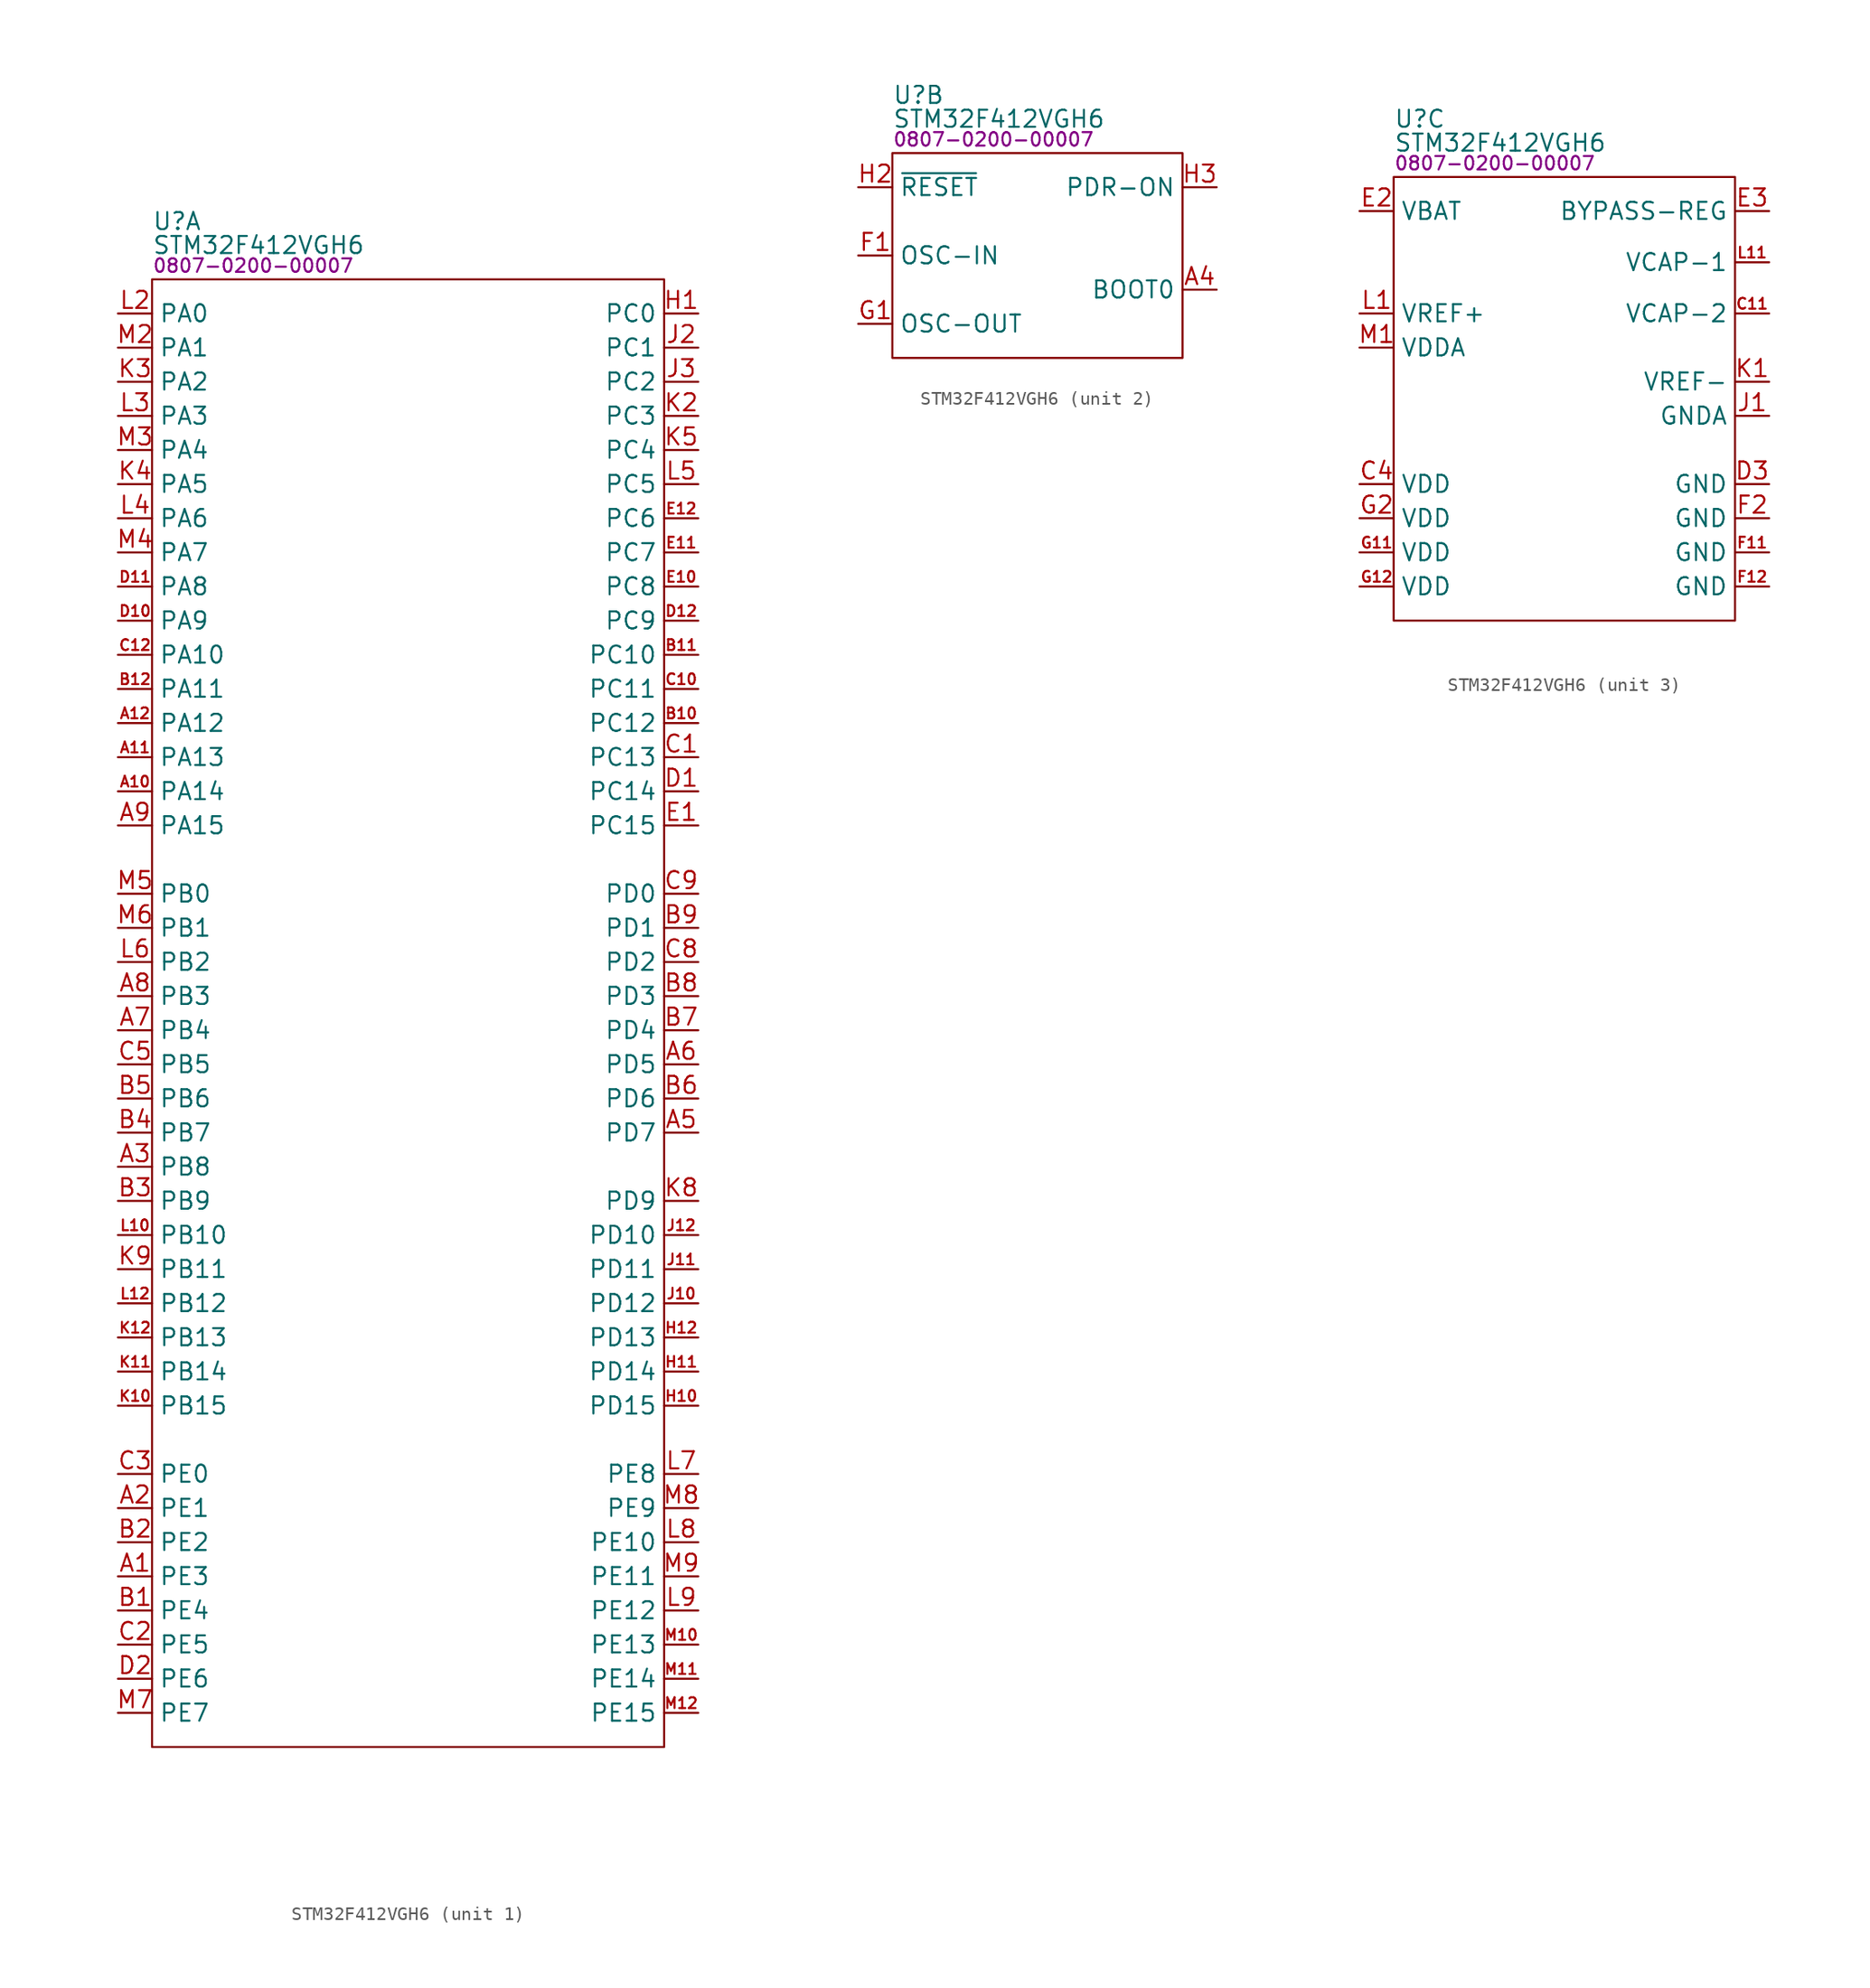
<source format=kicad_sym>
(kicad_symbol_lib
  (version 20231120)
  (generator "kicad_symbol_editor")
  (generator_version "8.0")
  (symbol "STM32F412VGH6"
    (property "Reference" "U"
      (at 0 4.318 0)
      (effects (font (size 1.27 1.27)) (justify left)))
    (property "Value" "STM32F412VGH6"
      (at 0 2.54 0)
      (effects (font (size 1.27 1.27)) (justify left)))
    (property "PartNumber" "0807-0200-00007"
      (at 0 1.016 0)
      (effects (font (size 1 1)) (justify left)))
    (property "ki_locked" ""
      (at 0 0 0)
      (effects (font (size 1.27 1.27))))
    (symbol "STM32F412VGH6_1_0"
      (pin bidirectional line (at -2.54 -96.52 0) (length 2.54) (name "PE3" (effects (font (size 1.27 1.27)))) (number "A1" (effects (font (size 1.27 1.27)))) (alternate "FSMC-A19" bidirectional line) (alternate "TRACED0" bidirectional line))
      (pin bidirectional line (at -2.54 -38.1 0) (length 2.54) (name "PA14" (effects (font (size 1.27 1.27)))) (number "A10" (effects (font (size 0.8 0.8)))) (alternate "JTCK" bidirectional line) (alternate "SWCLK" bidirectional line))
      (pin bidirectional line (at -2.54 -35.56 0) (length 2.54) (name "PA13" (effects (font (size 1.27 1.27)))) (number "A11" (effects (font (size 0.8 0.8)))) (alternate "JTMS" bidirectional line) (alternate "SWDIO" bidirectional line))
      (pin bidirectional line (at -2.54 -33.02 0) (length 2.54) (name "PA12" (effects (font (size 1.27 1.27)))) (number "A12" (effects (font (size 0.8 0.8)))) (alternate "CAN1-TX" output line) (alternate "SPI5-MISO" input line) (alternate "TIM1-ETR" bidirectional line) (alternate "USART1-RTS" bidirectional line) (alternate "USART6-RX" input line) (alternate "USB-FS-D+" bidirectional line))
      (pin bidirectional line (at -2.54 -91.44 0) (length 2.54) (name "PE1" (effects (font (size 1.27 1.27)))) (number "A2" (effects (font (size 1.27 1.27)))) (alternate "FSMC-~{BL1}" bidirectional line))
      (pin bidirectional line (at -2.54 -66.04 0) (length 2.54) (name "PB8" (effects (font (size 1.27 1.27)))) (number "A3" (effects (font (size 1.27 1.27)))) (alternate "CAN1-RX" input line) (alternate "I2C1-SCL" output line) (alternate "I2C3-SDA" bidirectional line) (alternate "I2S5-SD" bidirectional line) (alternate "SDIO-D4" bidirectional line) (alternate "SPI5-MOSI" output line) (alternate "TIM10-CH1" bidirectional line) (alternate "TIM4-CH3" bidirectional line))
      (pin bidirectional line (at 40.64 -63.5 180) (length 2.54) (name "PD7" (effects (font (size 1.27 1.27)))) (number "A5" (effects (font (size 1.27 1.27)))) (alternate "DFSDM1-CKIN1" input line) (alternate "FSMC-~{E1}" output line) (alternate "USART2-CK" output line))
      (pin bidirectional line (at 40.64 -58.42 180) (length 2.54) (name "PD5" (effects (font (size 1.27 1.27)))) (number "A6" (effects (font (size 1.27 1.27)))) (alternate "FSMC-~{WE}" output line) (alternate "USART2-TX" output line))
      (pin bidirectional line (at -2.54 -55.88 0) (length 2.54) (name "PB4" (effects (font (size 1.27 1.27)))) (number "A7" (effects (font (size 1.27 1.27)))) (alternate "I2C3-SDA" bidirectional line) (alternate "I2S3ext-SD" bidirectional line) (alternate "JTRST" bidirectional line) (alternate "SDIO-D0" bidirectional line) (alternate "SPI1-MISO" input line) (alternate "SPI3-MISO" input line) (alternate "TIM3-CH1" bidirectional line))
      (pin bidirectional line (at -2.54 -53.34 0) (length 2.54) (name "PB3" (effects (font (size 1.27 1.27)))) (number "A8" (effects (font (size 1.27 1.27)))) (alternate "I2C2-SDA" bidirectional line) (alternate "I2CFMP1-SDA" bidirectional line) (alternate "I2S1-CK" output line) (alternate "I2S3-CK" output line) (alternate "JTDO" output line) (alternate "SPI1-SCK" output line) (alternate "SPI3-SCK" output line) (alternate "SWO" output line) (alternate "TIM2-CH2" bidirectional line) (alternate "USART1-RX" input line))
      (pin bidirectional line (at -2.54 -40.64 0) (length 2.54) (name "PA15" (effects (font (size 1.27 1.27)))) (number "A9" (effects (font (size 1.27 1.27)))) (alternate "I2S1-WS" output line) (alternate "I2S3-WS" output line) (alternate "JTDI" bidirectional line) (alternate "SPI1-~{SS}" output line) (alternate "SPI3-~{SS}" output line) (alternate "TIM2-CH1" bidirectional line) (alternate "TIM2-ETR" bidirectional line) (alternate "USART1-TX" output line))
      (pin bidirectional line (at -2.54 -99.06 0) (length 2.54) (name "PE4" (effects (font (size 1.27 1.27)))) (number "B1" (effects (font (size 1.27 1.27)))) (alternate "DFSDM1-DATIN3" bidirectional line) (alternate "FSMC-A20" bidirectional line) (alternate "I2S4-WS" output line) (alternate "I2S5-WS" output line) (alternate "SPI4-~{SS}" output line) (alternate "SPI5-~{SS}" output line) (alternate "TRACED1" bidirectional line))
      (pin bidirectional line (at 40.64 -33.02 180) (length 2.54) (name "PC12" (effects (font (size 1.27 1.27)))) (number "B10" (effects (font (size 0.8 0.8)))) (alternate "FSMC-D3" bidirectional line) (alternate "FSMC-DA3" bidirectional line) (alternate "I2S3-SD" bidirectional line) (alternate "SDIO-CK" output line) (alternate "SPI3-MOSI" output line) (alternate "USART3-CK" output line))
      (pin bidirectional line (at 40.64 -27.94 180) (length 2.54) (name "PC10" (effects (font (size 1.27 1.27)))) (number "B11" (effects (font (size 0.8 0.8)))) (alternate "I2S3-CK" bidirectional line) (alternate "QUADSPI-BK1-IO1" bidirectional line) (alternate "SDIO-D2" bidirectional line) (alternate "SPI3-SCK" bidirectional line) (alternate "USART3-TX" output line))
      (pin bidirectional line (at -2.54 -30.48 0) (length 2.54) (name "PA11" (effects (font (size 1.27 1.27)))) (number "B12" (effects (font (size 0.8 0.8)))) (alternate "CAN1-RX" input line) (alternate "SPI4-MISO" input line) (alternate "TIM1-CH4" bidirectional line) (alternate "USART1-CTS" bidirectional line) (alternate "USART6-TX" output line) (alternate "USB-FS-D-" bidirectional line))
      (pin bidirectional line (at -2.54 -93.98 0) (length 2.54) (name "PE2" (effects (font (size 1.27 1.27)))) (number "B2" (effects (font (size 1.27 1.27)))) (alternate "FSMC-A23" bidirectional line) (alternate "I2S4-CK" bidirectional line) (alternate "I2S5-CK" bidirectional line) (alternate "QUADSPI-BK1-IO2" bidirectional line) (alternate "SPI4-SCK" bidirectional line) (alternate "SPI5-SCK" bidirectional line) (alternate "TRACECLK" bidirectional line))
      (pin bidirectional line (at -2.54 -68.58 0) (length 2.54) (name "PB9" (effects (font (size 1.27 1.27)))) (number "B3" (effects (font (size 1.27 1.27)))) (alternate "CAN1-TX" output line) (alternate "I2C1-SDA" bidirectional line) (alternate "I2C2-SDA" bidirectional line) (alternate "I2S2-WS" output line) (alternate "SDIO-D5" bidirectional line) (alternate "SPI2-~{SS}" output line) (alternate "TIM11-CH1" bidirectional line) (alternate "TIM4-CH4" bidirectional line))
      (pin bidirectional line (at -2.54 -63.5 0) (length 2.54) (name "PB7" (effects (font (size 1.27 1.27)))) (number "B4" (effects (font (size 1.27 1.27)))) (alternate "FSMC-~{L}" bidirectional line) (alternate "I2C1-SDA" bidirectional line) (alternate "TIM4-CH2" bidirectional line) (alternate "USART1-RX" input line))
      (pin bidirectional line (at -2.54 -60.96 0) (length 2.54) (name "PB6" (effects (font (size 1.27 1.27)))) (number "B5" (effects (font (size 1.27 1.27)))) (alternate "CAN2-TX" output line) (alternate "I2C1-SCL" output line) (alternate "QUADSPI-BK1-~{CS}" output line) (alternate "SDIO-D0" bidirectional line) (alternate "TIM4-CH1" bidirectional line) (alternate "USART1-TX" output line))
      (pin bidirectional line (at 40.64 -60.96 180) (length 2.54) (name "PD6" (effects (font (size 1.27 1.27)))) (number "B6" (effects (font (size 1.27 1.27)))) (alternate "DFSDM1-DATIN1" input line) (alternate "FSMC-~{WAIT}" output line) (alternate "I2S3-SD" bidirectional line) (alternate "SPI3-MOSI" output line) (alternate "USART2-RX" input line))
      (pin bidirectional line (at 40.64 -55.88 180) (length 2.54) (name "PD4" (effects (font (size 1.27 1.27)))) (number "B7" (effects (font (size 1.27 1.27)))) (alternate "DFSDM1-CKIN0" input line) (alternate "FSMC-~{OE}" output line) (alternate "USART2-RTS" bidirectional line))
      (pin bidirectional line (at 40.64 -53.34 180) (length 2.54) (name "PD3" (effects (font (size 1.27 1.27)))) (number "B8" (effects (font (size 1.27 1.27)))) (alternate "DFSDM1-DATIN0" bidirectional line) (alternate "FSMC-CLK" output line) (alternate "I2S2-CK" output line) (alternate "QUADSPI-CLK" output line) (alternate "SPI2-SCK" output line) (alternate "TRACED1" bidirectional line) (alternate "USART2-CTS" bidirectional line))
      (pin bidirectional line (at 40.64 -48.26 180) (length 2.54) (name "PD1" (effects (font (size 1.27 1.27)))) (number "B9" (effects (font (size 1.27 1.27)))) (alternate "CAN1_TX" output line) (alternate "FSMC_D3" bidirectional line) (alternate "FSMC_DA3" bidirectional line))
      (pin bidirectional line (at 40.64 -35.56 180) (length 2.54) (name "PC13" (effects (font (size 1.27 1.27)))) (number "C1" (effects (font (size 1.27 1.27)))) (alternate "TAMP-1" input line))
      (pin bidirectional line (at 40.64 -30.48 180) (length 2.54) (name "PC11" (effects (font (size 1.27 1.27)))) (number "C10" (effects (font (size 0.8 0.8)))) (alternate "FSMC-D2" bidirectional line) (alternate "FSMC-DA2" bidirectional line) (alternate "I2S3ext-SD" bidirectional line) (alternate "QUADSPI-BK2-~{CS}" output line) (alternate "SDIO-D3" bidirectional line) (alternate "SPI3-MISO" input line) (alternate "USART3-RX" input line))
      (pin bidirectional line (at -2.54 -27.94 0) (length 2.54) (name "PA10" (effects (font (size 1.27 1.27)))) (number "C12" (effects (font (size 0.8 0.8)))) (alternate "I2S5-SD" bidirectional line) (alternate "SPI5-MOSI" output line) (alternate "TIM1-CH3" bidirectional line) (alternate "USART1-RX" input line) (alternate "USB-FS-ID" output line))
      (pin bidirectional line (at -2.54 -101.6 0) (length 2.54) (name "PE5" (effects (font (size 1.27 1.27)))) (number "C2" (effects (font (size 1.27 1.27)))) (alternate "DFSDM1-CKIN3" input line) (alternate "FSMC-A21" bidirectional line) (alternate "SPI4-MISO" input line) (alternate "SPI5-MISO" input line) (alternate "TIM9-CH1" bidirectional line) (alternate "TRACED2" bidirectional line))
      (pin bidirectional line (at -2.54 -88.9 0) (length 2.54) (name "PE0" (effects (font (size 1.27 1.27)))) (number "C3" (effects (font (size 1.27 1.27)))) (alternate "FSMC-~{BL0}" bidirectional line) (alternate "TIM4-ETR" bidirectional line))
      (pin bidirectional line (at -2.54 -58.42 0) (length 2.54) (name "PB5" (effects (font (size 1.27 1.27)))) (number "C5" (effects (font (size 1.27 1.27)))) (alternate "CAN2-RX" input line) (alternate "I2C1-SMBA" bidirectional line) (alternate "I2S1-SD" bidirectional line) (alternate "I2S3-SD" bidirectional line) (alternate "SDIO-D3" bidirectional line) (alternate "SPI1-MOSI" output line) (alternate "SPI3-MOSI" output line) (alternate "TIM3-CH2" bidirectional line))
      (pin bidirectional line (at 40.64 -50.8 180) (length 2.54) (name "PD2" (effects (font (size 1.27 1.27)))) (number "C8" (effects (font (size 1.27 1.27)))) (alternate "FSMC-~{WE}" output line) (alternate "SDIO-CMD" output line) (alternate "TIM3-ETR" bidirectional line))
      (pin bidirectional line (at 40.64 -45.72 180) (length 2.54) (name "PD0" (effects (font (size 1.27 1.27)))) (number "C9" (effects (font (size 1.27 1.27)))) (alternate "CAN1-RX" input line) (alternate "FSMC-D2" bidirectional line) (alternate "FSMC-DA2" bidirectional line))
      (pin bidirectional line (at 40.64 -38.1 180) (length 2.54) (name "PC14" (effects (font (size 1.27 1.27)))) (number "D1" (effects (font (size 1.27 1.27)))) (alternate "OSC32_IN" input line))
      (pin bidirectional line (at -2.54 -25.4 0) (length 2.54) (name "PA9" (effects (font (size 1.27 1.27)))) (number "D10" (effects (font (size 0.8 0.8)))) (alternate "I2C3-SMBA" bidirectional line) (alternate "SDIO-D2" bidirectional line) (alternate "TIM1-CH2" bidirectional line) (alternate "USART1-TX" output line) (alternate "USB-FS-VBUS" input line))
      (pin bidirectional line (at -2.54 -22.86 0) (length 2.54) (name "PA8" (effects (font (size 1.27 1.27)))) (number "D11" (effects (font (size 0.8 0.8)))) (alternate "I2C3-SCL" output line) (alternate "MCO-1" bidirectional line) (alternate "SDIO-D1" bidirectional line) (alternate "TIM1-CH1" bidirectional line) (alternate "USART1-CK" output line) (alternate "USB-FS-SOF" bidirectional line))
      (pin bidirectional line (at 40.64 -25.4 180) (length 2.54) (name "PC9" (effects (font (size 1.27 1.27)))) (number "D12" (effects (font (size 0.8 0.8)))) (alternate "I2C3-SDA" bidirectional line) (alternate "I2S2-CKIN" input line) (alternate "MCO-2" bidirectional line) (alternate "QUADSPI-BK1-IO0" bidirectional line) (alternate "SDIO-D1" bidirectional line) (alternate "TIM3-CH4" bidirectional line) (alternate "TIM8-CH4" bidirectional line))
      (pin bidirectional line (at -2.54 -104.14 0) (length 2.54) (name "PE6" (effects (font (size 1.27 1.27)))) (number "D2" (effects (font (size 1.27 1.27)))) (alternate "FSMC-A22" bidirectional line) (alternate "I2S4-SD" bidirectional line) (alternate "I2S5-SD" bidirectional line) (alternate "SPI4-MOSI" output line) (alternate "SPI5-MOSI" output line) (alternate "TIM9-CH2" bidirectional line) (alternate "TRACED3" bidirectional line))
      (pin bidirectional line (at 40.64 -40.64 180) (length 2.54) (name "PC15" (effects (font (size 1.27 1.27)))) (number "E1" (effects (font (size 1.27 1.27)))) (alternate "OSC32-OUT" output line))
      (pin bidirectional line (at 40.64 -22.86 180) (length 2.54) (name "PC8" (effects (font (size 1.27 1.27)))) (number "E10" (effects (font (size 0.8 0.8)))) (alternate "QUADSPI-BK1-IO2" bidirectional line) (alternate "SDIO-D0" bidirectional line) (alternate "TIM3-CH3" bidirectional line) (alternate "TIM8-CH3" bidirectional line) (alternate "USART6-CK" output line))
      (pin bidirectional line (at 40.64 -20.32 180) (length 2.54) (name "PC7" (effects (font (size 1.27 1.27)))) (number "E11" (effects (font (size 0.8 0.8)))) (alternate "DFSDM1-DATIN3" input line) (alternate "I2CFMP1-SDA" bidirectional line) (alternate "I2S2-CK" output line) (alternate "I2S3-MCK" output line) (alternate "SDIO-D7" bidirectional line) (alternate "SPI2-SCK" output line) (alternate "TIM3-CH2" bidirectional line) (alternate "TIM8-CH2" bidirectional line) (alternate "USART6-RX" input line))
      (pin bidirectional line (at 40.64 -17.78 180) (length 2.54) (name "PC6" (effects (font (size 1.27 1.27)))) (number "E12" (effects (font (size 0.8 0.8)))) (alternate "DFSDM1-CKIN3" bidirectional line) (alternate "FSMC-D1" bidirectional line) (alternate "FSMC-DA1" bidirectional line) (alternate "I2CFMP1-SCL" output line) (alternate "I2S2-MCK" bidirectional line) (alternate "SDIO-D6" bidirectional line) (alternate "TIM3-CH1" bidirectional line) (alternate "TIM8-CH1" bidirectional line) (alternate "USART6-TX" output line))
      (pin bidirectional line (at 40.64 -2.54 180) (length 2.54) (name "PC0" (effects (font (size 1.27 1.27)))) (number "H1" (effects (font (size 1.27 1.27)))) (alternate "ADC1-10" input line) (alternate "WKUP2" input line))
      (pin bidirectional line (at 40.64 -83.82 180) (length 2.54) (name "PD15" (effects (font (size 1.27 1.27)))) (number "H10" (effects (font (size 0.8 0.8)))) (alternate "FSMC-D1" bidirectional line) (alternate "FSMC-DA1" bidirectional line) (alternate "I2CFMP1-SDA" bidirectional line) (alternate "TIM4-CH4" bidirectional line))
      (pin bidirectional line (at 40.64 -81.28 180) (length 2.54) (name "PD14" (effects (font (size 1.27 1.27)))) (number "H11" (effects (font (size 0.8 0.8)))) (alternate "FSMC-D0" bidirectional line) (alternate "FSMC-DA0" bidirectional line) (alternate "I2CFMP1-SCL" output line) (alternate "TIM4-CH3" bidirectional line))
      (pin bidirectional line (at 40.64 -78.74 180) (length 2.54) (name "PD13" (effects (font (size 1.27 1.27)))) (number "H12" (effects (font (size 0.8 0.8)))) (alternate "FSMC-A18" bidirectional line) (alternate "I2CFMP1-SDA" bidirectional line) (alternate "QUADSPI-BK1-IO3" bidirectional line) (alternate "TIM4-CH2" bidirectional line))
      (pin bidirectional line (at 40.64 -76.2 180) (length 2.54) (name "PD12" (effects (font (size 1.27 1.27)))) (number "J10" (effects (font (size 0.8 0.8)))) (alternate "FSMC-A17" bidirectional line) (alternate "I2CFMP1-SCL" output line) (alternate "QUADSPI-BK1-IO1" bidirectional line) (alternate "TIM4-CH1" bidirectional line) (alternate "USART3-RTS" bidirectional line))
      (pin bidirectional line (at 40.64 -73.66 180) (length 2.54) (name "PD11" (effects (font (size 1.27 1.27)))) (number "J11" (effects (font (size 0.8 0.8)))) (alternate "FSMC-A16" bidirectional line) (alternate "I2CFMP1-SMBA" bidirectional line) (alternate "QUADSPI-BK1-IO0" bidirectional line) (alternate "USART3-CTS" bidirectional line))
      (pin bidirectional line (at 40.64 -71.12 180) (length 2.54) (name "PD10" (effects (font (size 1.27 1.27)))) (number "J12" (effects (font (size 0.8 0.8)))) (alternate "FSMC_D15" bidirectional line) (alternate "FSMC_DA15" bidirectional line) (alternate "USART3_CK" bidirectional line))
      (pin bidirectional line (at 40.64 -5.08 180) (length 2.54) (name "PC1" (effects (font (size 1.27 1.27)))) (number "J2" (effects (font (size 1.27 1.27)))) (alternate "ADC1-11" input line) (alternate "WKUP3" input line))
      (pin bidirectional line (at 40.64 -7.62 180) (length 2.54) (name "PC2" (effects (font (size 1.27 1.27)))) (number "J3" (effects (font (size 1.27 1.27)))) (alternate "ADC1-12" input line) (alternate "DFSDM1-CKOUT" output line) (alternate "FSMC-~{WE}" bidirectional line) (alternate "I2S2ext-SD" bidirectional line) (alternate "SPI2-MISO" input line))
      (pin bidirectional line (at -2.54 -83.82 0) (length 2.54) (name "PB15" (effects (font (size 1.27 1.27)))) (number "K10" (effects (font (size 0.8 0.8)))) (alternate "DFSDM1-CKIN2" input line) (alternate "I2CFMP1-SCL" output line) (alternate "I2S2-SD" bidirectional line) (alternate "RTC-50Hz" input line) (alternate "SDIO-CK" output line) (alternate "SPI2-MOSI" output line) (alternate "TIM1-CH3-" bidirectional line) (alternate "TIM12-CH2" bidirectional line) (alternate "TIM8-CH3-" bidirectional line))
      (pin bidirectional line (at -2.54 -81.28 0) (length 2.54) (name "PB14" (effects (font (size 1.27 1.27)))) (number "K11" (effects (font (size 0.8 0.8)))) (alternate "DFSDM1-DATIN2" input line) (alternate "FSMC-D0" bidirectional line) (alternate "FSMC-DA0" bidirectional line) (alternate "I2CFMP1-SDA" bidirectional line) (alternate "I2S2ext-SD" bidirectional line) (alternate "SDIO-D6" bidirectional line) (alternate "SPI2-MISO" input line) (alternate "TIM1-CH2-" bidirectional line) (alternate "TIM12-CH1" bidirectional line) (alternate "TIM8-CH2-" bidirectional line) (alternate "USART3-RTS" bidirectional line))
      (pin bidirectional line (at -2.54 -78.74 0) (length 2.54) (name "PB13" (effects (font (size 1.27 1.27)))) (number "K12" (effects (font (size 0.8 0.8)))) (alternate "CAN2-TX" output line) (alternate "DFSDM1-CKIN1" bidirectional line) (alternate "I2CFMP1-SMBA" bidirectional line) (alternate "I2S2-CK" output line) (alternate "I2S4-CK" output line) (alternate "SPI2-SCK" output line) (alternate "SPI4-SCK" output line) (alternate "TIM1-CH1-" bidirectional line) (alternate "USART3-CTS" bidirectional line))
      (pin bidirectional line (at 40.64 -10.16 180) (length 2.54) (name "PC3" (effects (font (size 1.27 1.27)))) (number "K2" (effects (font (size 1.27 1.27)))) (alternate "ADC1-13" input line) (alternate "FSMC-A0" bidirectional line) (alternate "I2S2-SD" bidirectional line) (alternate "SPI2-MOSI" output line))
      (pin bidirectional line (at -2.54 -7.62 0) (length 2.54) (name "PA2" (effects (font (size 1.27 1.27)))) (number "K3" (effects (font (size 1.27 1.27)))) (alternate "ADC1-2" input line) (alternate "FSMC-D4" bidirectional line) (alternate "FSMC-DA4" bidirectional line) (alternate "I2S2-CKIN" input line) (alternate "TIM2-CH3" bidirectional line) (alternate "TIM5-CH3" bidirectional line) (alternate "TIM9-CH1" bidirectional line) (alternate "USART2-TX" output line))
      (pin bidirectional line (at -2.54 -15.24 0) (length 2.54) (name "PA5" (effects (font (size 1.27 1.27)))) (number "K4" (effects (font (size 1.27 1.27)))) (alternate "ADC1-5" input line) (alternate "DFSDM1-CKIN1" bidirectional line) (alternate "FSMC-D7" bidirectional line) (alternate "FSMC-DA7" bidirectional line) (alternate "I2S1-CK" bidirectional line) (alternate "SPI1-SCK" bidirectional line) (alternate "TIM2-CH1" bidirectional line) (alternate "TIM2-ETR" bidirectional line) (alternate "TIM8-CH1-" bidirectional line))
      (pin bidirectional line (at 40.64 -12.7 180) (length 2.54) (name "PC4" (effects (font (size 1.27 1.27)))) (number "K5" (effects (font (size 1.27 1.27)))) (alternate "ADC1-14" input line) (alternate "FSMC-NE4" bidirectional line) (alternate "I2S1-MCK" output line) (alternate "QUADSPI-BK2-IO2" bidirectional line))
      (pin bidirectional line (at 40.64 -68.58 180) (length 2.54) (name "PD9" (effects (font (size 1.27 1.27)))) (number "K8" (effects (font (size 1.27 1.27)))) (alternate "FSMC-D14" bidirectional line) (alternate "FSMC-DA14" bidirectional line) (alternate "USART3-RX" input line))
      (pin bidirectional line (at -2.54 -73.66 0) (length 2.54) (name "PB11" (effects (font (size 1.27 1.27)))) (number "K9" (effects (font (size 1.27 1.27)))) (alternate "I2C2-SDA" bidirectional line) (alternate "I2S2-CKIN" input line) (alternate "TIM2-CH4" bidirectional line) (alternate "USART3-RX" output line))
      (pin bidirectional line (at -2.54 -71.12 0) (length 2.54) (name "PB10" (effects (font (size 1.27 1.27)))) (number "L10" (effects (font (size 0.8 0.8)))) (alternate "I2C2-SCL" output line) (alternate "I2CFMP1-SCL" bidirectional line) (alternate "I2S2-CK" output line) (alternate "I2S3-MCK" output line) (alternate "SDIO-D7" bidirectional line) (alternate "SPI2-SCK" output line) (alternate "TIM2-CH3" bidirectional line) (alternate "USART3-TX" output line))
      (pin bidirectional line (at -2.54 -76.2 0) (length 2.54) (name "PB12" (effects (font (size 1.27 1.27)))) (number "L12" (effects (font (size 0.8 0.8)))) (alternate "CAN2-RX" input line) (alternate "DFSDM1-DATIN1" bidirectional line) (alternate "FSMC-D13" bidirectional line) (alternate "FSMC-DA13" bidirectional line) (alternate "I2C2-SMBA" bidirectional line) (alternate "I2S2-WS" output line) (alternate "I2S3-CK" output line) (alternate "I2S4-WS" output line) (alternate "SPI2-~{SS}" output line) (alternate "SPI3-SCK" output line) (alternate "SPI4-~{SS}" output line) (alternate "TIM1-BKIN" input line) (alternate "USART3-CK" output line))
      (pin bidirectional line (at -2.54 -2.54 0) (length 2.54) (name "PA0" (effects (font (size 1.27 1.27)))) (number "L2" (effects (font (size 1.27 1.27)))) (alternate "ADC1-0" input line) (alternate "TIM2-CH1" bidirectional line) (alternate "TIM2-ETR" bidirectional line) (alternate "TIM5-CH1" bidirectional line) (alternate "TIM8-ETR" bidirectional line) (alternate "USART2-CTS" bidirectional line) (alternate "WKUP1" input line))
      (pin bidirectional line (at -2.54 -10.16 0) (length 2.54) (name "PA3" (effects (font (size 1.27 1.27)))) (number "L3" (effects (font (size 1.27 1.27)))) (alternate "ADC1-3" input line) (alternate "FSMC-D5" bidirectional line) (alternate "FSMC-DA5" bidirectional line) (alternate "I2S2-MCK" bidirectional line) (alternate "TIM2-CH4" bidirectional line) (alternate "TIM5-CH4" bidirectional line) (alternate "TIM9-CH2" bidirectional line) (alternate "USART2-RX" input line))
      (pin bidirectional line (at -2.54 -17.78 0) (length 2.54) (name "PA6" (effects (font (size 1.27 1.27)))) (number "L4" (effects (font (size 1.27 1.27)))) (alternate "ADC1-6" input line) (alternate "I2S2-MCK" output line) (alternate "QUADSPI-BK2-IO0" bidirectional line) (alternate "SDIO-CMD" output line) (alternate "SPI1-MISO" input line) (alternate "TIM1-BKIN" bidirectional line) (alternate "TIM13-CH1" bidirectional line) (alternate "TIM3-CH1" bidirectional line) (alternate "TIM8-BKIN" bidirectional line))
      (pin bidirectional line (at 40.64 -15.24 180) (length 2.54) (name "PC5" (effects (font (size 1.27 1.27)))) (number "L5" (effects (font (size 1.27 1.27)))) (alternate "ADC1-15" input line) (alternate "FSMC-~{OE}" output line) (alternate "I2CFMP1-SMBA" bidirectional line) (alternate "QUADSPI-BK2-IO3" bidirectional line) (alternate "USART3-RX" input line))
      (pin bidirectional line (at -2.54 -50.8 0) (length 2.54) (name "PB2" (effects (font (size 1.27 1.27)))) (number "L6" (effects (font (size 1.27 1.27)))) (alternate "BOOT1" input line) (alternate "DFSDM1-CKIN0" bidirectional line) (alternate "QUADSPI-CLK" output line))
      (pin bidirectional line (at 40.64 -88.9 180) (length 2.54) (name "PE8" (effects (font (size 1.27 1.27)))) (number "L7" (effects (font (size 1.27 1.27)))) (alternate "DFSDM1-CKIN2" bidirectional line) (alternate "FSMC-D5" bidirectional line) (alternate "FSMC-DA5" bidirectional line) (alternate "QUADSPI-BK2-IO1" bidirectional line) (alternate "TIM1-CH1-" bidirectional line))
      (pin bidirectional line (at 40.64 -93.98 180) (length 2.54) (name "PE10" (effects (font (size 1.27 1.27)))) (number "L8" (effects (font (size 1.27 1.27)))) (alternate "FSMC-D7" bidirectional line) (alternate "FSMC-DA7" bidirectional line) (alternate "QUADSPI-BK2-IO3" bidirectional line) (alternate "TIM1-CH2-" bidirectional line))
      (pin bidirectional line (at 40.64 -99.06 180) (length 2.54) (name "PE12" (effects (font (size 1.27 1.27)))) (number "L9" (effects (font (size 1.27 1.27)))) (alternate "FSMC-D9" bidirectional line) (alternate "FSMC-DA9" bidirectional line) (alternate "I2S4-CK" output line) (alternate "I2S5-CK" output line) (alternate "SPI4-SCK" output line) (alternate "SPI5-SCK" output line) (alternate "TIM1-CH3-" bidirectional line))
      (pin bidirectional line (at 40.64 -101.6 180) (length 2.54) (name "PE13" (effects (font (size 1.27 1.27)))) (number "M10" (effects (font (size 0.8 0.8)))) (alternate "FSMC-D10" bidirectional line) (alternate "FSMC-DA10" bidirectional line) (alternate "SPI4-MISO" input line) (alternate "SPI5-MISO" input line) (alternate "TIM1-CH3" bidirectional line))
      (pin bidirectional line (at 40.64 -104.14 180) (length 2.54) (name "PE14" (effects (font (size 1.27 1.27)))) (number "M11" (effects (font (size 0.8 0.8)))) (alternate "FSMC-D11" bidirectional line) (alternate "FSMC-DA11" bidirectional line) (alternate "I2S4-SD" bidirectional line) (alternate "I2S5-SD" bidirectional line) (alternate "SPI4-MOSI" output line) (alternate "SPI5-MOSI" output line) (alternate "TIM1-CH4" bidirectional line))
      (pin bidirectional line (at 40.64 -106.68 180) (length 2.54) (name "PE15" (effects (font (size 1.27 1.27)))) (number "M12" (effects (font (size 0.8 0.8)))) (alternate "FSMC-D12" bidirectional line) (alternate "FSMC-DA12" bidirectional line) (alternate "TIM1-BKIN" bidirectional line))
      (pin bidirectional line (at -2.54 -5.08 0) (length 2.54) (name "PA1" (effects (font (size 1.27 1.27)))) (number "M2" (effects (font (size 1.27 1.27)))) (alternate "ADC1-1" input line) (alternate "I2S4-SD" bidirectional line) (alternate "QUADSPI-BK1-IO3" bidirectional line) (alternate "SPI4-MOSI" output line) (alternate "TIM2-CH2" bidirectional line) (alternate "TIM5-CH2" bidirectional line) (alternate "USART2-RTS" bidirectional line))
      (pin bidirectional line (at -2.54 -12.7 0) (length 2.54) (name "PA4" (effects (font (size 1.27 1.27)))) (number "M3" (effects (font (size 1.27 1.27)))) (alternate "ADC1-4" input line) (alternate "DFSDM1-DATIN1" bidirectional line) (alternate "FSMC-D6" bidirectional line) (alternate "FSMC-DA6" bidirectional line) (alternate "I2S1-WS" output line) (alternate "I2S3-WS" output line) (alternate "SPI1-~{SS}" output line) (alternate "SPI3-~{SS}" output line) (alternate "USART2-CK" bidirectional line))
      (pin bidirectional line (at -2.54 -20.32 0) (length 2.54) (name "PA7" (effects (font (size 1.27 1.27)))) (number "M4" (effects (font (size 1.27 1.27)))) (alternate "ADC1-7" input line) (alternate "I2S1-SD" bidirectional line) (alternate "QUADSPI-BK2-IO1" bidirectional line) (alternate "SPI1-MOSI" output line) (alternate "TIM1-CH1-" bidirectional line) (alternate "TIM14-CH1" bidirectional line) (alternate "TIM3-CH2" bidirectional line) (alternate "TIM8-CH1-" bidirectional line))
      (pin bidirectional line (at -2.54 -45.72 0) (length 2.54) (name "PB0" (effects (font (size 1.27 1.27)))) (number "M5" (effects (font (size 1.27 1.27)))) (alternate "ADC1-8" input line) (alternate "I2S5-CK" bidirectional line) (alternate "SPI5-SCK" output line) (alternate "TIM1-CH2-" bidirectional line) (alternate "TIM3-CH3" bidirectional line) (alternate "TIM8-CH2-" bidirectional line))
      (pin bidirectional line (at -2.54 -48.26 0) (length 2.54) (name "PB1" (effects (font (size 1.27 1.27)))) (number "M6" (effects (font (size 1.27 1.27)))) (alternate "ADC1-9" input line) (alternate "DFSDM1-DATIN0" bidirectional line) (alternate "I2S5-WS" output line) (alternate "QUADSPI-CLK" output line) (alternate "SPI5-~{SS}" output line) (alternate "TIM1-CH3-" bidirectional line) (alternate "TIM3-CH4" bidirectional line) (alternate "TIM8-CH3-" bidirectional line))
      (pin bidirectional line (at -2.54 -106.68 0) (length 2.54) (name "PE7" (effects (font (size 1.27 1.27)))) (number "M7" (effects (font (size 1.27 1.27)))) (alternate "DFSDM1-DATIN2" bidirectional line) (alternate "FSMC-D4" bidirectional line) (alternate "FSMC-DA4" bidirectional line) (alternate "QUADSPI-BK2-IO0" bidirectional line) (alternate "TIM1-ETR" bidirectional line))
      (pin bidirectional line (at 40.64 -91.44 180) (length 2.54) (name "PE9" (effects (font (size 1.27 1.27)))) (number "M8" (effects (font (size 1.27 1.27)))) (alternate "DFSDM1-CKOUT" output line) (alternate "FSMC-D6" bidirectional line) (alternate "FSMC-DA6" bidirectional line) (alternate "QUADSPI-BK2-IO2" bidirectional line) (alternate "TIM1-CH1" bidirectional line))
      (pin bidirectional line (at 40.64 -96.52 180) (length 2.54) (name "PE11" (effects (font (size 1.27 1.27)))) (number "M9" (effects (font (size 1.27 1.27)))) (alternate "FSMC-D8" bidirectional line) (alternate "FSMC-DA8" bidirectional line) (alternate "I2S4-WS" output line) (alternate "I2S5-WS" output line) (alternate "SPI4-~{SS}" output line) (alternate "SPI5-~{SS}" output line) (alternate "TIM1-CH2" bidirectional line)))
    (symbol "STM32F412VGH6_1_1"
      (rectangle (start 0 0) (end 38.1 -109.22) (stroke (width 0) (type default)) (fill (type none))))
    (symbol "STM32F412VGH6_2_0"
      (pin input line (at 24.13 -10.16 180) (length 2.54) (name "BOOT0" (effects (font (size 1.27 1.27)))) (number "A4" (effects (font (size 1.27 1.27)))) (alternate "VPP" bidirectional line))
      (pin input line (at -2.54 -7.62 0) (length 2.54) (name "OSC-IN" (effects (font (size 1.27 1.27)))) (number "F1" (effects (font (size 1.27 1.27)))) (alternate "PH0" bidirectional line))
      (pin output line (at -2.54 -12.7 0) (length 2.54) (name "OSC-OUT" (effects (font (size 1.27 1.27)))) (number "G1" (effects (font (size 1.27 1.27)))) (alternate "PH1" bidirectional line))
      (pin input line (at -2.54 -2.54 0) (length 2.54) (name "~{RESET}" (effects (font (size 1.27 1.27)))) (number "H2" (effects (font (size 1.27 1.27)))))
      (pin input line (at 24.13 -2.54 180) (length 2.54) (name "PDR-ON" (effects (font (size 1.27 1.27)))) (number "H3" (effects (font (size 1.27 1.27))))))
    (symbol "STM32F412VGH6_2_1"
      (rectangle (start 0 0) (end 21.59 -15.24) (stroke (width 0) (type default)) (fill (type none))))
    (symbol "STM32F412VGH6_3_0"
      (pin power_out line (at 27.94 -10.16 180) (length 2.54) (name "VCAP-2" (effects (font (size 1.27 1.27)))) (number "C11" (effects (font (size 0.8 0.8)))))
      (pin power_in line (at -2.54 -22.86 0) (length 2.54) (name "VDD" (effects (font (size 1.27 1.27)))) (number "C4" (effects (font (size 1.27 1.27)))))
      (pin power_in line (at 27.94 -22.86 180) (length 2.54) (name "GND" (effects (font (size 1.27 1.27)))) (number "D3" (effects (font (size 1.27 1.27)))))
      (pin power_in line (at -2.54 -2.54 0) (length 2.54) (name "VBAT" (effects (font (size 1.27 1.27)))) (number "E2" (effects (font (size 1.27 1.27)))))
      (pin input line (at 27.94 -2.54 180) (length 2.54) (name "BYPASS-REG" (effects (font (size 1.27 1.27)))) (number "E3" (effects (font (size 1.27 1.27)))))
      (pin power_in line (at 27.94 -27.94 180) (length 2.54) (name "GND" (effects (font (size 1.27 1.27)))) (number "F11" (effects (font (size 0.8 0.8)))))
      (pin power_in line (at 27.94 -30.48 180) (length 2.54) (name "GND" (effects (font (size 1.27 1.27)))) (number "F12" (effects (font (size 0.8 0.8)))))
      (pin power_in line (at 27.94 -25.4 180) (length 2.54) (name "GND" (effects (font (size 1.27 1.27)))) (number "F2" (effects (font (size 1.27 1.27)))))
      (pin power_in line (at -2.54 -27.94 0) (length 2.54) (name "VDD" (effects (font (size 1.27 1.27)))) (number "G11" (effects (font (size 0.8 0.8)))))
      (pin power_in line (at -2.54 -30.48 0) (length 2.54) (name "VDD" (effects (font (size 1.27 1.27)))) (number "G12" (effects (font (size 0.8 0.8)))))
      (pin power_in line (at -2.54 -25.4 0) (length 2.54) (name "VDD" (effects (font (size 1.27 1.27)))) (number "G2" (effects (font (size 1.27 1.27)))))
      (pin power_in line (at 27.94 -17.78 180) (length 2.54) (name "GNDA" (effects (font (size 1.27 1.27)))) (number "J1" (effects (font (size 1.27 1.27)))))
      (pin power_in line (at 27.94 -15.24 180) (length 2.54) (name "VREF-" (effects (font (size 1.27 1.27)))) (number "K1" (effects (font (size 1.27 1.27)))))
      (pin power_in line (at -2.54 -10.16 0) (length 2.54) (name "VREF+" (effects (font (size 1.27 1.27)))) (number "L1" (effects (font (size 1.27 1.27)))))
      (pin power_out line (at 27.94 -6.35 180) (length 2.54) (name "VCAP-1" (effects (font (size 1.27 1.27)))) (number "L11" (effects (font (size 0.8 0.8)))))
      (pin unspecified line (at -2.54 -12.7 0) (length 2.54) (name "VDDA" (effects (font (size 1.27 1.27)))) (number "M1" (effects (font (size 1.27 1.27))))))
    (symbol "STM32F412VGH6_3_1"
      (rectangle (start 0 0) (end 25.4 -33.02) (stroke (width 0) (type default)) (fill (type none))))))
</source>
